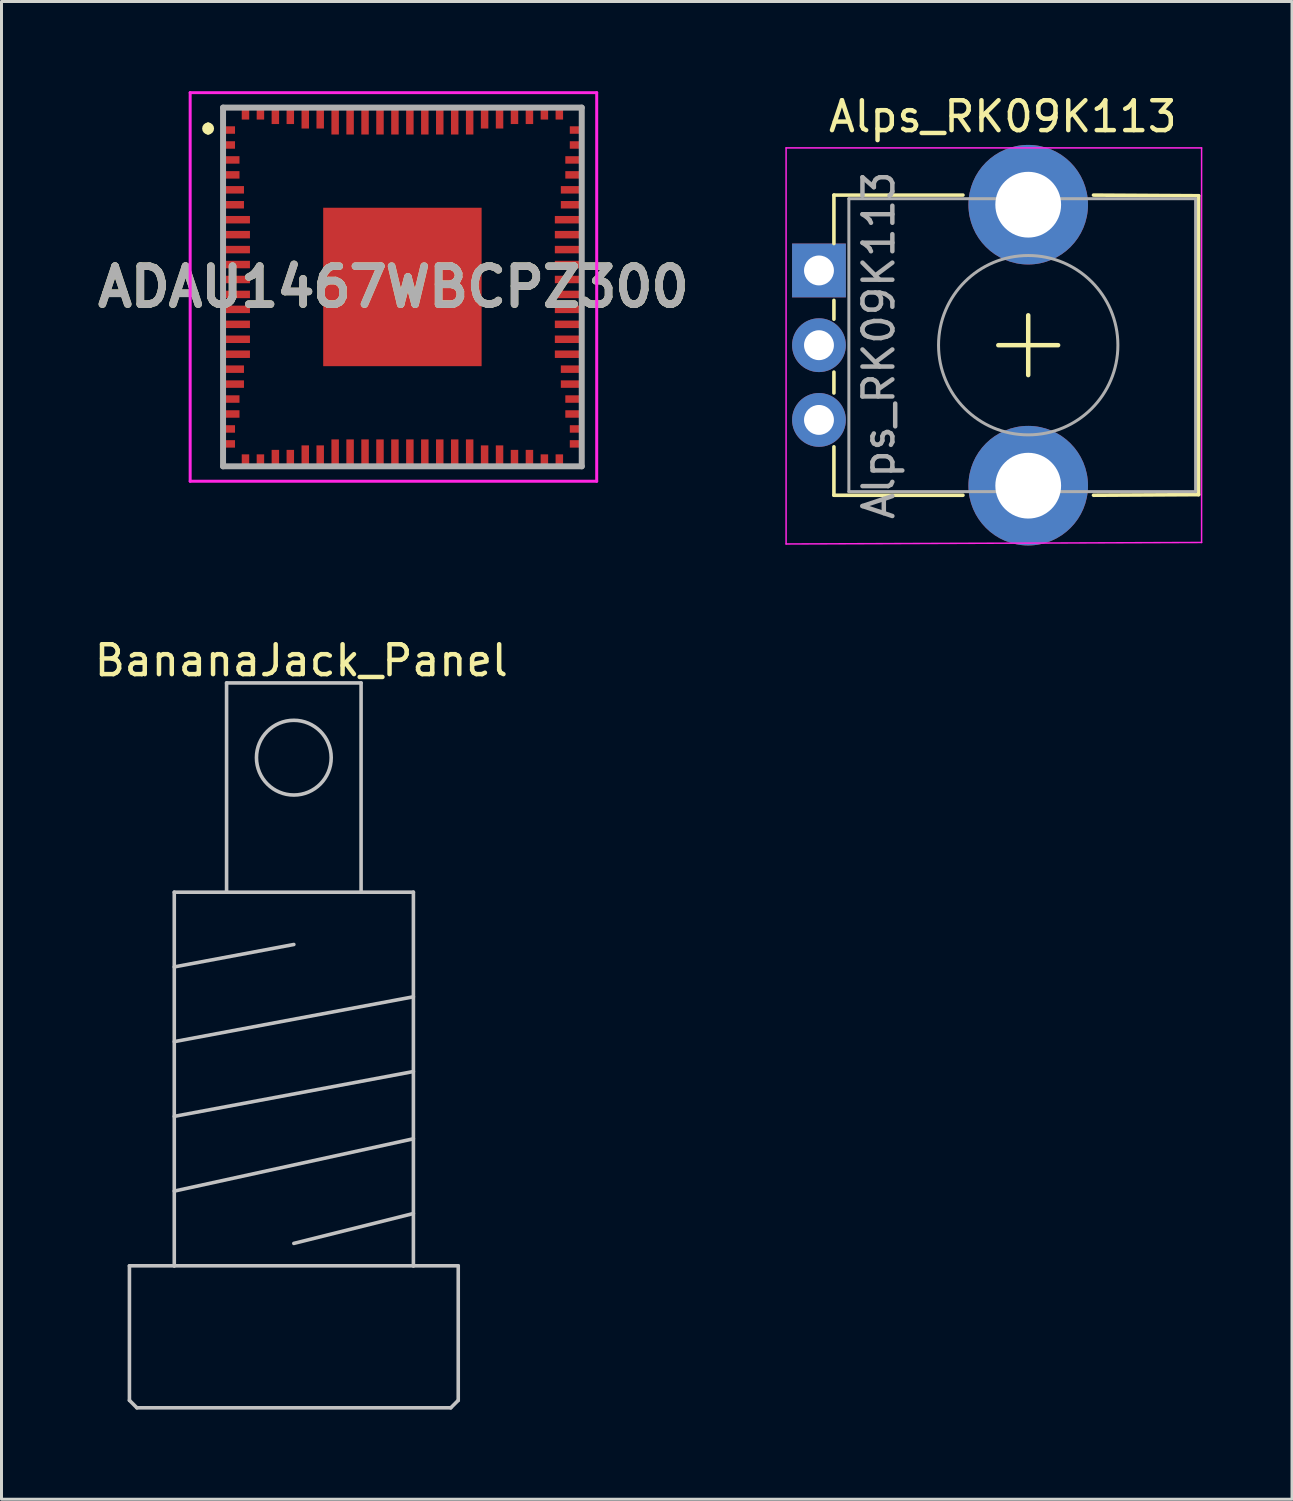
<source format=kicad_pcb>
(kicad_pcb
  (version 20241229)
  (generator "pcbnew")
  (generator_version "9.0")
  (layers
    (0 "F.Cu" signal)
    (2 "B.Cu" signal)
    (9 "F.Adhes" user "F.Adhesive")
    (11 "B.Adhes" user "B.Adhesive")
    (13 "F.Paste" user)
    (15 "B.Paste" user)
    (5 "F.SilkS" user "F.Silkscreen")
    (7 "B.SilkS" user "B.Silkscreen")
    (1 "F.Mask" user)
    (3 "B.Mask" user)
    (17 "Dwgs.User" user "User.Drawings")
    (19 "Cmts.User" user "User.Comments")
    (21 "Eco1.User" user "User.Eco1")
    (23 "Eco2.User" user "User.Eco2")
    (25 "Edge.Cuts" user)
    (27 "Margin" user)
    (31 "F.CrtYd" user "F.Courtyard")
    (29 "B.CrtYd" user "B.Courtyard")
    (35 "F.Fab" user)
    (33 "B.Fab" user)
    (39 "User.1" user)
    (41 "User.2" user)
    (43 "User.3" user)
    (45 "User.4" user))
  (footprint "Alps_RK09K113"
    (layer "F.Cu")
    (at 31.348 8.498)
    (property "Reference" "Alps_RK09K113" (at -0.85 -7.65 0) (layer "F.SilkS") (effects (font (size 1 1) (thickness 0.15))))
    (attr through_hole)
    (fp_line (start -6.5 -5.021) (end -6.5 -3.4) (stroke (width 0.12) (type solid)) (layer "F.SilkS"))
    (fp_line (start -6.5 -5.021) (end -2.183 -5.021) (stroke (width 0.12) (type solid)) (layer "F.SilkS"))
    (fp_line (start -6.5 -1.5) (end -6.5 -0.87) (stroke (width 0.12) (type solid)) (layer "F.SilkS"))
    (fp_line (start -6.5 0.9) (end -6.5 1.6) (stroke (width 0.12) (type solid)) (layer "F.SilkS"))
    (fp_line (start -6.5 3.4) (end -6.5 5.02) (stroke (width 0.12) (type solid)) (layer "F.SilkS"))
    (fp_line (start -6.5 5.02) (end -2.183 5.02) (stroke (width 0.12) (type solid)) (layer "F.SilkS"))
    (fp_line (start -1 0) (end 1 0) (stroke (width 0.15) (type solid)) (layer "F.SilkS"))
    (fp_line (start 0 -1) (end 0 1) (stroke (width 0.15) (type solid)) (layer "F.SilkS"))
    (fp_line (start 2.184 -5.021) (end 5.7 -5) (stroke (width 0.12) (type solid)) (layer "F.SilkS"))
    (fp_line (start 2.184 5.02) (end 5.7 5) (stroke (width 0.12) (type solid)) (layer "F.SilkS"))
    (fp_line (start 5.7 -5) (end 5.7 5) (stroke (width 0.12) (type solid)) (layer "F.SilkS"))
    (fp_line (start -8.1 -6.6) (end -8.1 6.65) (stroke (width 0.05) (type solid)) (layer "F.CrtYd"))
    (fp_line (start -8.1 6.65) (end 5.8 6.6) (stroke (width 0.05) (type solid)) (layer "F.CrtYd"))
    (fp_line (start 5.8 -6.6) (end -8.1 -6.6) (stroke (width 0.05) (type solid)) (layer "F.CrtYd"))
    (fp_line (start 5.8 6.6) (end 5.8 -6.6) (stroke (width 0.05) (type solid)) (layer "F.CrtYd"))
    (fp_line (start -6 -4.9) (end -6 4.9) (stroke (width 0.1) (type solid)) (layer "F.Fab"))
    (fp_line (start -6 4.9) (end 5.6 4.9) (stroke (width 0.1) (type solid)) (layer "F.Fab"))
    (fp_line (start 5.6 -4.9) (end -6 -4.9) (stroke (width 0.1) (type solid)) (layer "F.Fab"))
    (fp_line (start 5.6 4.9) (end 5.6 -4.9) (stroke (width 0.1) (type solid)) (layer "F.Fab"))
    (fp_circle (center 0 0) (end 3 0) (stroke (width 0.1) (type solid)) (fill no) (layer "F.Fab"))
    (fp_text user "${REFERENCE}" (at -5 0 90) (layer "F.Fab") (effects (font (size 1 1) (thickness 0.15))))
    (pad "" thru_hole circle (at 0 -4.7) (size 4 4) (drill 2.2) (layers "*.Cu" "*.Mask"))
    (pad "" thru_hole circle (at 0 4.7) (size 4 4) (drill 2.2) (layers "*.Cu" "*.Mask"))
    (pad "1" thru_hole rect (at -7 -2.5) (size 1.8 1.8) (drill 1) (layers "*.Cu" "*.Mask"))
    (pad "2" thru_hole circle (at -7 0) (size 1.8 1.8) (drill 1) (layers "*.Cu" "*.Mask"))
    (pad "3" thru_hole circle (at -7 2.5) (size 1.8 1.8) (drill 1) (layers "*.Cu" "*.Mask")))
  (footprint "ADAU1467WBCPZ300"
    (layer "F.Cu")
    (at 10.412 6.55)
    (property "Reference" "ADAU1467WBCPZ300" (at -0.3 0 0) (layer "F.SilkS") (effects (font (size 1.27 1.27) (thickness 0.254))))
    (attr smd)
    (fp_line (start -6.5 -5.4) (end -6.5 -5.4) (stroke (width 0.2) (type solid)) (layer "F.SilkS"))
    (fp_line (start -6.5 -5.2) (end -6.5 -5.2) (stroke (width 0.2) (type solid)) (layer "F.SilkS"))
    (fp_line (start -6 -6) (end -6 -5.6) (stroke (width 0.1) (type solid)) (layer "F.SilkS"))
    (fp_line (start -6 5.6) (end -6 6) (stroke (width 0.1) (type solid)) (layer "F.SilkS"))
    (fp_line (start -6 6) (end -5.6 6) (stroke (width 0.1) (type solid)) (layer "F.SilkS"))
    (fp_line (start -5.6 -6) (end -6 -6) (stroke (width 0.1) (type solid)) (layer "F.SilkS"))
    (fp_line (start 5.6 -6) (end 6 -6) (stroke (width 0.1) (type solid)) (layer "F.SilkS"))
    (fp_line (start 5.6 6) (end 6 6) (stroke (width 0.1) (type solid)) (layer "F.SilkS"))
    (fp_line (start 6 -6) (end 6 -5.6) (stroke (width 0.1) (type solid)) (layer "F.SilkS"))
    (fp_line (start 6 5.65) (end 6 5.6) (stroke (width 0.1) (type solid)) (layer "F.SilkS"))
    (fp_line (start 6 6) (end 6 5.65) (stroke (width 0.1) (type solid)) (layer "F.SilkS"))
    (fp_arc (start -6.5 -5.4) (mid -6.4 -5.3) (end -6.5 -5.2) (stroke (width 0.2) (type solid)) (layer "F.SilkS"))
    (fp_arc (start -6.5 -5.2) (mid -6.6 -5.3) (end -6.5 -5.4) (stroke (width 0.2) (type solid)) (layer "F.SilkS"))
    (fp_line (start -7.1 -6.5) (end 6.5 -6.5) (stroke (width 0.1) (type solid)) (layer "F.CrtYd"))
    (fp_line (start -7.1 6.5) (end -7.1 -6.5) (stroke (width 0.1) (type solid)) (layer "F.CrtYd"))
    (fp_line (start 6.5 -6.5) (end 6.5 6.5) (stroke (width 0.1) (type solid)) (layer "F.CrtYd"))
    (fp_line (start 6.5 6.5) (end -7.1 6.5) (stroke (width 0.1) (type solid)) (layer "F.CrtYd"))
    (fp_line (start -6 -6) (end 6 -6) (stroke (width 0.2) (type solid)) (layer "F.Fab"))
    (fp_line (start -6 6) (end -6 -6) (stroke (width 0.2) (type solid)) (layer "F.Fab"))
    (fp_line (start 6 -6) (end 6 6) (stroke (width 0.2) (type solid)) (layer "F.Fab"))
    (fp_line (start 6 6) (end -6 6) (stroke (width 0.2) (type solid)) (layer "F.Fab"))
    (fp_text user "${REFERENCE}" (at -0.3 0 0) (layer "F.Fab") (effects (font (size 1.27 1.27) (thickness 0.254))))
    (pad "1" smd rect (at -5.8 -5.25 90) (size 0.25 0.4) (layers "F.Cu" "F.Mask" "F.Paste"))
    (pad "2" smd rect (at -5.8 -4.75 90) (size 0.25 0.4) (layers "F.Cu" "F.Mask" "F.Paste"))
    (pad "3" smd rect (at -5.725 -4.25 90) (size 0.25 0.55) (layers "F.Cu" "F.Mask" "F.Paste"))
    (pad "4" smd rect (at -5.725 -3.75 90) (size 0.25 0.55) (layers "F.Cu" "F.Mask" "F.Paste"))
    (pad "5" smd rect (at -5.65 -3.25 90) (size 0.25 0.7) (layers "F.Cu" "F.Mask" "F.Paste"))
    (pad "6" smd rect (at -5.65 -2.75 90) (size 0.25 0.7) (layers "F.Cu" "F.Mask" "F.Paste"))
    (pad "7" smd rect (at -5.55 -2.25 90) (size 0.25 0.9) (layers "F.Cu" "F.Mask" "F.Paste"))
    (pad "8" smd rect (at -5.55 -1.75 90) (size 0.25 0.9) (layers "F.Cu" "F.Mask" "F.Paste"))
    (pad "9" smd rect (at -5.55 -1.25 90) (size 0.25 0.9) (layers "F.Cu" "F.Mask" "F.Paste"))
    (pad "10" smd rect (at -5.55 -0.75 90) (size 0.25 0.9) (layers "F.Cu" "F.Mask" "F.Paste"))
    (pad "11" smd rect (at -5.55 -0.25 90) (size 0.25 0.9) (layers "F.Cu" "F.Mask" "F.Paste"))
    (pad "12" smd rect (at -5.55 0.25 90) (size 0.25 0.9) (layers "F.Cu" "F.Mask" "F.Paste"))
    (pad "13" smd rect (at -5.55 0.75 90) (size 0.25 0.9) (layers "F.Cu" "F.Mask" "F.Paste"))
    (pad "14" smd rect (at -5.55 1.25 90) (size 0.25 0.9) (layers "F.Cu" "F.Mask" "F.Paste"))
    (pad "15" smd rect (at -5.55 1.75 90) (size 0.25 0.9) (layers "F.Cu" "F.Mask" "F.Paste"))
    (pad "16" smd rect (at -5.55 2.25 90) (size 0.25 0.9) (layers "F.Cu" "F.Mask" "F.Paste"))
    (pad "17" smd rect (at -5.65 2.75 90) (size 0.25 0.7) (layers "F.Cu" "F.Mask" "F.Paste"))
    (pad "18" smd rect (at -5.65 3.25 90) (size 0.25 0.7) (layers "F.Cu" "F.Mask" "F.Paste"))
    (pad "19" smd rect (at -5.725 3.75 90) (size 0.25 0.55) (layers "F.Cu" "F.Mask" "F.Paste"))
    (pad "20" smd rect (at -5.725 4.25 90) (size 0.25 0.55) (layers "F.Cu" "F.Mask" "F.Paste"))
    (pad "21" smd rect (at -5.8 4.75 90) (size 0.25 0.4) (layers "F.Cu" "F.Mask" "F.Paste"))
    (pad "22" smd rect (at -5.8 5.25 90) (size 0.25 0.4) (layers "F.Cu" "F.Mask" "F.Paste"))
    (pad "23" smd rect (at -5.25 5.8) (size 0.25 0.4) (layers "F.Cu" "F.Mask" "F.Paste"))
    (pad "24" smd rect (at -4.75 5.8) (size 0.25 0.4) (layers "F.Cu" "F.Mask" "F.Paste"))
    (pad "25" smd rect (at -4.25 5.725) (size 0.25 0.55) (layers "F.Cu" "F.Mask" "F.Paste"))
    (pad "26" smd rect (at -3.75 5.725) (size 0.25 0.55) (layers "F.Cu" "F.Mask" "F.Paste"))
    (pad "27" smd rect (at -3.25 5.65) (size 0.25 0.7) (layers "F.Cu" "F.Mask" "F.Paste"))
    (pad "28" smd rect (at -2.75 5.65) (size 0.25 0.7) (layers "F.Cu" "F.Mask" "F.Paste"))
    (pad "29" smd rect (at -2.25 5.55) (size 0.25 0.9) (layers "F.Cu" "F.Mask" "F.Paste"))
    (pad "30" smd rect (at -1.75 5.55) (size 0.25 0.9) (layers "F.Cu" "F.Mask" "F.Paste"))
    (pad "31" smd rect (at -1.25 5.55) (size 0.25 0.9) (layers "F.Cu" "F.Mask" "F.Paste"))
    (pad "32" smd rect (at -0.75 5.55) (size 0.25 0.9) (layers "F.Cu" "F.Mask" "F.Paste"))
    (pad "33" smd rect (at -0.25 5.55) (size 0.25 0.9) (layers "F.Cu" "F.Mask" "F.Paste"))
    (pad "34" smd rect (at 0.25 5.55) (size 0.25 0.9) (layers "F.Cu" "F.Mask" "F.Paste"))
    (pad "35" smd rect (at 0.75 5.55) (size 0.25 0.9) (layers "F.Cu" "F.Mask" "F.Paste"))
    (pad "36" smd rect (at 1.25 5.55) (size 0.25 0.9) (layers "F.Cu" "F.Mask" "F.Paste"))
    (pad "37" smd rect (at 1.75 5.55) (size 0.25 0.9) (layers "F.Cu" "F.Mask" "F.Paste"))
    (pad "38" smd rect (at 2.25 5.55) (size 0.25 0.9) (layers "F.Cu" "F.Mask" "F.Paste"))
    (pad "39" smd rect (at 2.75 5.65) (size 0.25 0.7) (layers "F.Cu" "F.Mask" "F.Paste"))
    (pad "40" smd rect (at 3.25 5.65) (size 0.25 0.7) (layers "F.Cu" "F.Mask" "F.Paste"))
    (pad "41" smd rect (at 3.75 5.725) (size 0.25 0.55) (layers "F.Cu" "F.Mask" "F.Paste"))
    (pad "42" smd rect (at 4.25 5.725) (size 0.25 0.55) (layers "F.Cu" "F.Mask" "F.Paste"))
    (pad "43" smd rect (at 4.75 5.8) (size 0.25 0.4) (layers "F.Cu" "F.Mask" "F.Paste"))
    (pad "44" smd rect (at 5.25 5.8) (size 0.25 0.4) (layers "F.Cu" "F.Mask" "F.Paste"))
    (pad "45" smd rect (at 5.8 5.25 90) (size 0.25 0.4) (layers "F.Cu" "F.Mask" "F.Paste"))
    (pad "46" smd rect (at 5.8 4.75 90) (size 0.25 0.4) (layers "F.Cu" "F.Mask" "F.Paste"))
    (pad "47" smd rect (at 5.725 4.25 90) (size 0.25 0.55) (layers "F.Cu" "F.Mask" "F.Paste"))
    (pad "48" smd rect (at 5.725 3.75 90) (size 0.25 0.55) (layers "F.Cu" "F.Mask" "F.Paste"))
    (pad "49" smd rect (at 5.65 3.25 90) (size 0.25 0.7) (layers "F.Cu" "F.Mask" "F.Paste"))
    (pad "50" smd rect (at 5.65 2.75 90) (size 0.25 0.7) (layers "F.Cu" "F.Mask" "F.Paste"))
    (pad "51" smd rect (at 5.55 2.25 90) (size 0.25 0.9) (layers "F.Cu" "F.Mask" "F.Paste"))
    (pad "52" smd rect (at 5.55 1.75 90) (size 0.25 0.9) (layers "F.Cu" "F.Mask" "F.Paste"))
    (pad "53" smd rect (at 5.55 1.25 90) (size 0.25 0.9) (layers "F.Cu" "F.Mask" "F.Paste"))
    (pad "54" smd rect (at 5.55 0.75 90) (size 0.25 0.9) (layers "F.Cu" "F.Mask" "F.Paste"))
    (pad "55" smd rect (at 5.55 0.25 90) (size 0.25 0.9) (layers "F.Cu" "F.Mask" "F.Paste"))
    (pad "56" smd rect (at 5.55 -0.25 90) (size 0.25 0.9) (layers "F.Cu" "F.Mask" "F.Paste"))
    (pad "57" smd rect (at 5.55 -0.75 90) (size 0.25 0.9) (layers "F.Cu" "F.Mask" "F.Paste"))
    (pad "58" smd rect (at 5.55 -1.25 90) (size 0.25 0.9) (layers "F.Cu" "F.Mask" "F.Paste"))
    (pad "59" smd rect (at 5.55 -1.75 90) (size 0.25 0.9) (layers "F.Cu" "F.Mask" "F.Paste"))
    (pad "60" smd rect (at 5.55 -2.25 90) (size 0.25 0.9) (layers "F.Cu" "F.Mask" "F.Paste"))
    (pad "61" smd rect (at 5.65 -2.75 90) (size 0.25 0.7) (layers "F.Cu" "F.Mask" "F.Paste"))
    (pad "62" smd rect (at 5.65 -3.25 90) (size 0.25 0.7) (layers "F.Cu" "F.Mask" "F.Paste"))
    (pad "63" smd rect (at 5.725 -3.75 90) (size 0.25 0.55) (layers "F.Cu" "F.Mask" "F.Paste"))
    (pad "64" smd rect (at 5.725 -4.25 90) (size 0.25 0.55) (layers "F.Cu" "F.Mask" "F.Paste"))
    (pad "65" smd rect (at 5.8 -4.75 90) (size 0.25 0.4) (layers "F.Cu" "F.Mask" "F.Paste"))
    (pad "66" smd rect (at 5.8 -5.25 90) (size 0.25 0.4) (layers "F.Cu" "F.Mask" "F.Paste"))
    (pad "67" smd rect (at 5.25 -5.8) (size 0.25 0.4) (layers "F.Cu" "F.Mask" "F.Paste"))
    (pad "68" smd rect (at 4.75 -5.8) (size 0.25 0.4) (layers "F.Cu" "F.Mask" "F.Paste"))
    (pad "69" smd rect (at 4.25 -5.725) (size 0.25 0.55) (layers "F.Cu" "F.Mask" "F.Paste"))
    (pad "70" smd rect (at 3.75 -5.725) (size 0.25 0.55) (layers "F.Cu" "F.Mask" "F.Paste"))
    (pad "71" smd rect (at 3.25 -5.65) (size 0.25 0.7) (layers "F.Cu" "F.Mask" "F.Paste"))
    (pad "72" smd rect (at 2.75 -5.65) (size 0.25 0.7) (layers "F.Cu" "F.Mask" "F.Paste"))
    (pad "73" smd rect (at 2.25 -5.55) (size 0.25 0.9) (layers "F.Cu" "F.Mask" "F.Paste"))
    (pad "74" smd rect (at 1.75 -5.55) (size 0.25 0.9) (layers "F.Cu" "F.Mask" "F.Paste"))
    (pad "75" smd rect (at 1.25 -5.55) (size 0.25 0.9) (layers "F.Cu" "F.Mask" "F.Paste"))
    (pad "76" smd rect (at 0.75 -5.55) (size 0.25 0.9) (layers "F.Cu" "F.Mask" "F.Paste"))
    (pad "77" smd rect (at 0.25 -5.55) (size 0.25 0.9) (layers "F.Cu" "F.Mask" "F.Paste"))
    (pad "78" smd rect (at -0.25 -5.55) (size 0.25 0.9) (layers "F.Cu" "F.Mask" "F.Paste"))
    (pad "79" smd rect (at -0.75 -5.55) (size 0.25 0.9) (layers "F.Cu" "F.Mask" "F.Paste"))
    (pad "80" smd rect (at -1.25 -5.55) (size 0.25 0.9) (layers "F.Cu" "F.Mask" "F.Paste"))
    (pad "81" smd rect (at -1.75 -5.55) (size 0.25 0.9) (layers "F.Cu" "F.Mask" "F.Paste"))
    (pad "82" smd rect (at -2.25 -5.55) (size 0.25 0.9) (layers "F.Cu" "F.Mask" "F.Paste"))
    (pad "83" smd rect (at -2.75 -5.65) (size 0.25 0.7) (layers "F.Cu" "F.Mask" "F.Paste"))
    (pad "84" smd rect (at -3.25 -5.65) (size 0.25 0.7) (layers "F.Cu" "F.Mask" "F.Paste"))
    (pad "85" smd rect (at -3.75 -5.725) (size 0.25 0.55) (layers "F.Cu" "F.Mask" "F.Paste"))
    (pad "86" smd rect (at -4.25 -5.725) (size 0.25 0.55) (layers "F.Cu" "F.Mask" "F.Paste"))
    (pad "87" smd rect (at -4.75 -5.8) (size 0.25 0.4) (layers "F.Cu" "F.Mask" "F.Paste"))
    (pad "88" smd rect (at -5.25 -5.8) (size 0.25 0.4) (layers "F.Cu" "F.Mask" "F.Paste"))
    (pad "89" smd rect (at 0 0 90) (size 5.3 5.3) (layers "F.Cu" "F.Mask" "F.Paste")))
  (footprint "BananaJack_Panel"
    (layer "F.Cu")
    (at 6.78 22.297)
    (property "Reference" "BananaJack_Panel" (at 0.25 -3.25 0) (layer "F.SilkS") (effects (font (size 1 1) (thickness 0.15))))
    (attr through_hole)
    (fp_line (start -5.5 17) (end -5.5 21.5) (stroke (width 0.12) (type solid)) (layer "Dwgs.User"))
    (fp_line (start -5.5 21.5) (end -5.25 21.75) (stroke (width 0.12) (type solid)) (layer "Dwgs.User"))
    (fp_line (start -5.25 21.75) (end 5.25 21.75) (stroke (width 0.12) (type solid)) (layer "Dwgs.User"))
    (fp_line (start -4 4.5) (end -2.25 4.5) (stroke (width 0.12) (type solid)) (layer "Dwgs.User"))
    (fp_line (start -4 7) (end 0 6.25) (stroke (width 0.12) (type solid)) (layer "Dwgs.User"))
    (fp_line (start -4 9.5) (end 4 8) (stroke (width 0.12) (type solid)) (layer "Dwgs.User"))
    (fp_line (start -4 12) (end 4 10.5) (stroke (width 0.12) (type solid)) (layer "Dwgs.User"))
    (fp_line (start -4 14.5) (end 4 12.75) (stroke (width 0.12) (type solid)) (layer "Dwgs.User"))
    (fp_line (start -4 17) (end -5.5 17) (stroke (width 0.12) (type solid)) (layer "Dwgs.User"))
    (fp_line (start -4 17) (end -4 4.5) (stroke (width 0.12) (type solid)) (layer "Dwgs.User"))
    (fp_line (start -2.25 -2.5) (end 2.25 -2.5) (stroke (width 0.12) (type solid)) (layer "Dwgs.User"))
    (fp_line (start -2.25 4.5) (end -2.25 -2.5) (stroke (width 0.12) (type solid)) (layer "Dwgs.User"))
    (fp_line (start 2.25 -2.5) (end 2.25 4.5) (stroke (width 0.12) (type solid)) (layer "Dwgs.User"))
    (fp_line (start 2.25 4.5) (end -2.25 4.5) (stroke (width 0.12) (type solid)) (layer "Dwgs.User"))
    (fp_line (start 2.25 4.5) (end 4 4.5) (stroke (width 0.12) (type solid)) (layer "Dwgs.User"))
    (fp_line (start 4 4.5) (end 4 17) (stroke (width 0.12) (type solid)) (layer "Dwgs.User"))
    (fp_line (start 4 15.25) (end 0 16.25) (stroke (width 0.12) (type solid)) (layer "Dwgs.User"))
    (fp_line (start 4 17) (end -4 17) (stroke (width 0.12) (type solid)) (layer "Dwgs.User"))
    (fp_line (start 5.25 21.75) (end 5.5 21.5) (stroke (width 0.12) (type solid)) (layer "Dwgs.User"))
    (fp_line (start 5.5 17) (end 4 17) (stroke (width 0.12) (type solid)) (layer "Dwgs.User"))
    (fp_line (start 5.5 21.5) (end 5.5 17) (stroke (width 0.12) (type solid)) (layer "Dwgs.User"))
    (fp_circle (center 0 0) (end 1.25 0) (stroke (width 0.12) (type solid)) (fill no) (layer "Dwgs.User")))
  (gr_rect
    (start -3 -3)
    (end 40.173 47.106)
    (stroke (width 0.1) (type default))
    (fill no)
    (layer "Edge.Cuts")))
</source>
